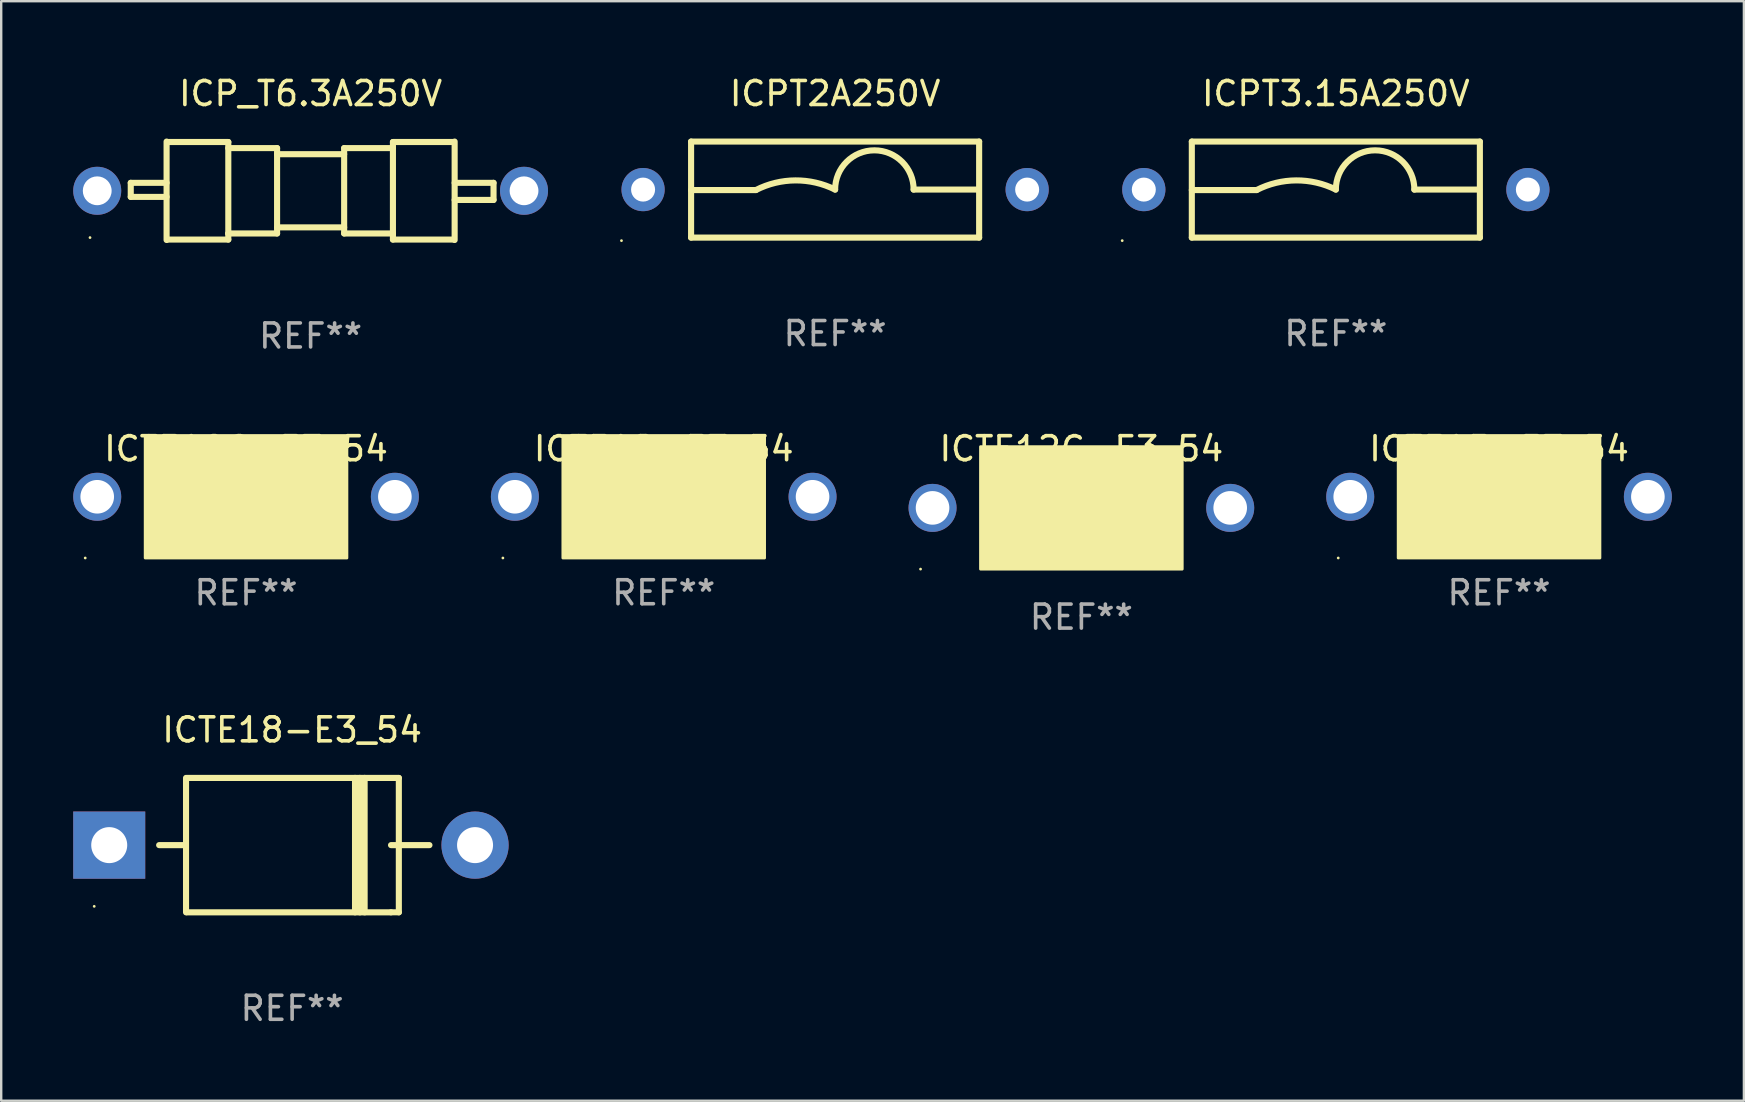
<source format=kicad_pcb>
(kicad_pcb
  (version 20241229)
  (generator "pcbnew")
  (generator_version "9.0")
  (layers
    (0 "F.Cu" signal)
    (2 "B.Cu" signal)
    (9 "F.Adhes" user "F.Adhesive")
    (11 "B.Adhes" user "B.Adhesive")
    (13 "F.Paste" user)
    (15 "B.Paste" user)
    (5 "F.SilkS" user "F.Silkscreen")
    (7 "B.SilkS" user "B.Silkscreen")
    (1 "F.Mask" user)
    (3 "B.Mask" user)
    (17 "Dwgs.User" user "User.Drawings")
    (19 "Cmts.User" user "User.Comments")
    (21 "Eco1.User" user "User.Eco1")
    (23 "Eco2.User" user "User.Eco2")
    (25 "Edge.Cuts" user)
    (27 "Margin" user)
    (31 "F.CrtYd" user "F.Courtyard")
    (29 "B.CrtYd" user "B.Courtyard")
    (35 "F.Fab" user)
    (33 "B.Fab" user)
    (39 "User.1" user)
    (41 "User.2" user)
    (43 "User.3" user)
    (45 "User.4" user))
  (footprint "ICTE10C-E3_54"
    (layer "F.Cu")
    (at 7.2 17.645)
    (property "Reference" "ICTE10C-E3_54" (at 0 -2 0) (layer "F.SilkS") (effects (font (size 1 1) (thickness 0.15))))
    (attr through_hole)
    (fp_circle (center -6.7 2.55) (end -6.67 2.55) (stroke (width 0.06) (type solid)) (fill no) (layer "F.SilkS"))
    (fp_poly (pts (xy -4.2 -2.55) (xy 4.2 -2.55) (xy 4.2 2.55) (xy -4.2 2.55)) (stroke (width 0.12) (type solid)) (fill yes) (layer "F.SilkS"))
    (fp_text user "REF**" (at 0 4 0) (layer "F.Fab") (effects (font (size 1 1) (thickness 0.15))))
    (pad "1" thru_hole circle (at -6.2 0) (size 2 2) (drill 1.4) (layers "*.Cu" "*.Mask"))
    (pad "2" thru_hole circle (at 6.2 0) (size 2 2) (drill 1.4) (layers "*.Cu" "*.Mask")))
  (footprint "ICTE15-E3_54"
    (layer "F.Cu")
    (at 59.399 17.645)
    (property "Reference" "ICTE15-E3_54" (at 0 -2 0) (layer "F.SilkS") (effects (font (size 1 1) (thickness 0.15))))
    (attr through_hole)
    (fp_circle (center -6.7 2.55) (end -6.67 2.55) (stroke (width 0.06) (type solid)) (fill no) (layer "F.SilkS"))
    (fp_poly (pts (xy -4.2 -2.55) (xy 4.2 -2.55) (xy 4.2 2.55) (xy -4.2 2.55)) (stroke (width 0.12) (type solid)) (fill yes) (layer "F.SilkS"))
    (fp_text user "REF**" (at 0 4 0) (layer "F.Fab") (effects (font (size 1 1) (thickness 0.15))))
    (pad "1" thru_hole circle (at -6.2 0) (size 2 2) (drill 1.4) (layers "*.Cu" "*.Mask"))
    (pad "2" thru_hole circle (at 6.2 0) (size 2 2) (drill 1.4) (layers "*.Cu" "*.Mask")))
  (footprint "ICP_T6.3A250V"
    (layer "F.Cu")
    (at 9.89 4.898)
    (property "Reference" "ICP_T6.3A250V" (at 0 -4.05 0) (layer "F.SilkS") (effects (font (size 1 1) (thickness 0.15))))
    (attr through_hole)
    (fp_line (start -7.493 -0.331) (end -7.493 0.254) (stroke (width 0.254) (type solid)) (layer "F.SilkS"))
    (fp_line (start -7.493 0.254) (end -6 0.254) (stroke (width 0.254) (type solid)) (layer "F.SilkS"))
    (fp_line (start -6 -0.331) (end -7.493 -0.331) (stroke (width 0.254) (type solid)) (layer "F.SilkS"))
    (fp_line (start -6 2.05) (end -6 -2.05) (stroke (width 0.254) (type solid)) (layer "F.SilkS"))
    (fp_line (start -5.969 -2.032) (end -3.429 -2.032) (stroke (width 0.254) (type solid)) (layer "F.SilkS"))
    (fp_line (start -3.429 -2.032) (end -3.429 2.032) (stroke (width 0.254) (type solid)) (layer "F.SilkS"))
    (fp_line (start -3.429 -1.778) (end -1.397 -1.778) (stroke (width 0.254) (type solid)) (layer "F.SilkS"))
    (fp_line (start -3.429 1.778) (end -3.429 1.778) (stroke (width 0.254) (type solid)) (layer "F.SilkS"))
    (fp_line (start -3.429 2.032) (end -5.969 2.032) (stroke (width 0.254) (type solid)) (layer "F.SilkS"))
    (fp_line (start -1.397 -1.778) (end -1.397 1.778) (stroke (width 0.254) (type solid)) (layer "F.SilkS"))
    (fp_line (start -1.397 -1.524) (end 1.397 -1.524) (stroke (width 0.254) (type solid)) (layer "F.SilkS"))
    (fp_line (start -1.397 1.524) (end 1.397 1.524) (stroke (width 0.254) (type solid)) (layer "F.SilkS"))
    (fp_line (start -1.397 1.778) (end -3.429 1.778) (stroke (width 0.254) (type solid)) (layer "F.SilkS"))
    (fp_line (start 1.397 -1.778) (end 1.397 1.778) (stroke (width 0.254) (type solid)) (layer "F.SilkS"))
    (fp_line (start 1.397 1.778) (end 3.429 1.778) (stroke (width 0.254) (type solid)) (layer "F.SilkS"))
    (fp_line (start 3.429 -2.032) (end 3.429 2.032) (stroke (width 0.254) (type solid)) (layer "F.SilkS"))
    (fp_line (start 3.429 -1.778) (end 1.397 -1.778) (stroke (width 0.254) (type solid)) (layer "F.SilkS"))
    (fp_line (start 3.429 1.778) (end 3.429 1.778) (stroke (width 0.254) (type solid)) (layer "F.SilkS"))
    (fp_line (start 3.429 2.032) (end 5.969 2.032) (stroke (width 0.254) (type solid)) (layer "F.SilkS"))
    (fp_line (start 5.969 -2.032) (end 3.429 -2.032) (stroke (width 0.254) (type solid)) (layer "F.SilkS"))
    (fp_line (start 6 -2.05) (end 6 2.05) (stroke (width 0.254) (type solid)) (layer "F.SilkS"))
    (fp_line (start 6 -0.331) (end 7.62 -0.331) (stroke (width 0.254) (type solid)) (layer "F.SilkS"))
    (fp_line (start 7.62 -0.331) (end 7.62 0.381) (stroke (width 0.254) (type solid)) (layer "F.SilkS"))
    (fp_line (start 7.62 0.381) (end 6 0.381) (stroke (width 0.254) (type solid)) (layer "F.SilkS"))
    (fp_circle (center -9.19 1.95) (end -9.16 1.95) (stroke (width 0.06) (type solid)) (fill no) (layer "F.SilkS"))
    (fp_text user "REF**" (at 0 6.05 0) (layer "F.Fab") (effects (font (size 1 1) (thickness 0.15))))
    (pad "1" thru_hole circle (at -8.89 0) (size 2 2) (drill 1.2) (layers "*.Cu" "*.Mask"))
    (pad "2" thru_hole circle (at 8.89 0) (size 2 2) (drill 1.2) (layers "*.Cu" "*.Mask")))
  (footprint "ICPT2A250V"
    (layer "F.Cu")
    (at 31.74 4.848)
    (property "Reference" "ICPT2A250V" (at 0 -4 0) (layer "F.SilkS") (effects (font (size 1 1) (thickness 0.15))))
    (attr through_hole)
    (fp_line (start -6 -2) (end 6 -2) (stroke (width 0.254) (type solid)) (layer "F.SilkS"))
    (fp_line (start -6 0.02) (end -3.302 0.02) (stroke (width 0.254) (type solid)) (layer "F.SilkS"))
    (fp_line (start -6 2) (end -6 -2) (stroke (width 0.254) (type solid)) (layer "F.SilkS"))
    (fp_line (start 5.969 0) (end 3.271 0) (stroke (width 0.254) (type solid)) (layer "F.SilkS"))
    (fp_line (start 6 -2) (end 6 2) (stroke (width 0.254) (type solid)) (layer "F.SilkS"))
    (fp_line (start 6 2) (end -6 2) (stroke (width 0.254) (type solid)) (layer "F.SilkS"))
    (fp_arc (start -3.302007 0.020218) (mid -1.653409 -0.382715) (end 0 0) (stroke (width 0.254001) (type solid)) (layer "F.SilkS"))
    (fp_arc (start 0.000001 0) (mid 1.635497 -1.634823) (end 3.270993 0) (stroke (width 0.254001) (type solid)) (layer "F.SilkS"))
    (fp_circle (center -8.9 2.127) (end -8.87 2.127) (stroke (width 0.06) (type solid)) (fill no) (layer "F.SilkS"))
    (fp_text user "REF**" (at 0 6 0) (layer "F.Fab") (effects (font (size 1 1) (thickness 0.15))))
    (pad "1" thru_hole circle (at -8 0) (size 1.8 1.8) (drill 1) (layers "*.Cu" "*.Mask"))
    (pad "2" thru_hole circle (at 8 0) (size 1.8 1.8) (drill 1) (layers "*.Cu" "*.Mask")))
  (footprint "ICTE18-E3_54"
    (layer "F.Cu")
    (at 9.12 32.157)
    (property "Reference" "ICTE18-E3_54" (at 0 -4.8 0) (layer "F.SilkS") (effects (font (size 1 1) (thickness 0.15))))
    (attr through_hole)
    (fp_line (start -5.54 0) (end -4.44 0) (stroke (width 0.254) (type solid)) (layer "F.SilkS"))
    (fp_line (start -4.42 2.8) (end -4.42 -2.8) (stroke (width 0.254) (type solid)) (layer "F.SilkS"))
    (fp_line (start -4.379 -2.799) (end 4.445 -2.799) (stroke (width 0.254) (type solid)) (layer "F.SilkS"))
    (fp_line (start 2.62 -2.8) (end 2.62 2.8) (stroke (width 0.254) (type solid)) (layer "F.SilkS"))
    (fp_line (start 2.82 -2.8) (end 2.82 2.8) (stroke (width 0.254) (type solid)) (layer "F.SilkS"))
    (fp_line (start 3.02 -2.8) (end 3.02 2.8) (stroke (width 0.254) (type solid)) (layer "F.SilkS"))
    (fp_line (start 4.12 0) (end 5.72 0) (stroke (width 0.254) (type solid)) (layer "F.SilkS"))
    (fp_line (start 4.12 2.8) (end -4.38 2.8) (stroke (width 0.254) (type solid)) (layer "F.SilkS"))
    (fp_line (start 4.445 -2.799) (end 4.445 2.799) (stroke (width 0.254) (type solid)) (layer "F.SilkS"))
    (fp_line (start 4.445 2.799) (end 4.12 2.799) (stroke (width 0.254) (type solid)) (layer "F.SilkS"))
    (fp_circle (center -8.245 2.55) (end -8.215 2.55) (stroke (width 0.06) (type solid)) (fill no) (layer "F.SilkS"))
    (fp_text user "REF**" (at 0 6.8 0) (layer "F.Fab") (effects (font (size 1 1) (thickness 0.15))))
    (pad "1" thru_hole rect (at -7.62 0 180) (size 3 2.8) (drill 1.5) (layers "*.Cu" "*.Mask"))
    (pad "2" thru_hole circle (at 7.62 0) (size 2.8 2.8) (drill 1.5) (layers "*.Cu" "*.Mask")))
  (footprint "ICTE12-E3_54"
    (layer "F.Cu")
    (at 24.6 17.645)
    (property "Reference" "ICTE12-E3_54" (at 0 -2 0) (layer "F.SilkS") (effects (font (size 1 1) (thickness 0.15))))
    (attr through_hole)
    (fp_circle (center -6.7 2.55) (end -6.67 2.55) (stroke (width 0.06) (type solid)) (fill no) (layer "F.SilkS"))
    (fp_poly (pts (xy -4.2 -2.55) (xy 4.2 -2.55) (xy 4.2 2.55) (xy -4.2 2.55)) (stroke (width 0.12) (type solid)) (fill yes) (layer "F.SilkS"))
    (fp_text user "REF**" (at 0 4 0) (layer "F.Fab") (effects (font (size 1 1) (thickness 0.15))))
    (pad "1" thru_hole circle (at -6.2 0) (size 2 2) (drill 1.4) (layers "*.Cu" "*.Mask"))
    (pad "2" thru_hole circle (at 6.2 0) (size 2 2) (drill 1.4) (layers "*.Cu" "*.Mask")))
  (footprint "ICPT3.15A250V"
    (layer "F.Cu")
    (at 52.6 4.848)
    (property "Reference" "ICPT3.15A250V" (at 0 -4 0) (layer "F.SilkS") (effects (font (size 1 1) (thickness 0.15))))
    (attr through_hole)
    (fp_line (start -6 -2) (end 6 -2) (stroke (width 0.254) (type solid)) (layer "F.SilkS"))
    (fp_line (start -6 0.02) (end -3.302 0.02) (stroke (width 0.254) (type solid)) (layer "F.SilkS"))
    (fp_line (start -6 2) (end -6 -2) (stroke (width 0.254) (type solid)) (layer "F.SilkS"))
    (fp_line (start 5.969 0) (end 3.271 0) (stroke (width 0.254) (type solid)) (layer "F.SilkS"))
    (fp_line (start 6 -2) (end 6 2) (stroke (width 0.254) (type solid)) (layer "F.SilkS"))
    (fp_line (start 6 2) (end -6 2) (stroke (width 0.254) (type solid)) (layer "F.SilkS"))
    (fp_arc (start -3.302007 0.020218) (mid -1.653409 -0.382715) (end 0 0) (stroke (width 0.254001) (type solid)) (layer "F.SilkS"))
    (fp_arc (start 0.000001 0) (mid 1.635497 -1.634823) (end 3.270993 0) (stroke (width 0.254001) (type solid)) (layer "F.SilkS"))
    (fp_circle (center -8.9 2.127) (end -8.87 2.127) (stroke (width 0.06) (type solid)) (fill no) (layer "F.SilkS"))
    (fp_text user "REF**" (at 0 6 0) (layer "F.Fab") (effects (font (size 1 1) (thickness 0.15))))
    (pad "1" thru_hole circle (at -8 0) (size 1.8 1.8) (drill 1) (layers "*.Cu" "*.Mask"))
    (pad "2" thru_hole circle (at 8 0) (size 1.8 1.8) (drill 1) (layers "*.Cu" "*.Mask")))
  (footprint "ICTE12C-E3_54"
    (layer "F.Cu")
    (at 41.999 18.153)
    (property "Reference" "ICTE12C-E3_54" (at 0 -2.508 0) (layer "F.SilkS") (effects (font (size 1 1) (thickness 0.15))))
    (attr through_hole)
    (fp_line (start -1.498 0) (end 0.534 0) (stroke (width 0.254) (type solid)) (layer "F.SilkS"))
    (fp_line (start -0.99 -0.508) (end -0.99 0.508) (stroke (width 0.254) (type solid)) (layer "F.SilkS"))
    (fp_line (start -0.99 0.508) (end 0.026 0) (stroke (width 0.254) (type solid)) (layer "F.SilkS"))
    (fp_line (start 0.026 -0.508) (end 0.026 0.508) (stroke (width 0.254) (type solid)) (layer "F.SilkS"))
    (fp_line (start 0.026 0) (end -0.99 -0.508) (stroke (width 0.254) (type solid)) (layer "F.SilkS"))
    (fp_line (start 0.026 0) (end 0.026 -0.508) (stroke (width 0.254) (type solid)) (layer "F.SilkS"))
    (fp_line (start 0.038 0) (end 0.038 0.508) (stroke (width 0.254) (type solid)) (layer "F.SilkS"))
    (fp_line (start 0.038 0) (end 1.054 0.508) (stroke (width 0.254) (type solid)) (layer "F.SilkS"))
    (fp_line (start 0.038 0.508) (end 0.038 -0.508) (stroke (width 0.254) (type solid)) (layer "F.SilkS"))
    (fp_line (start 1.054 -0.508) (end 0.038 0) (stroke (width 0.254) (type solid)) (layer "F.SilkS"))
    (fp_line (start 1.054 0.508) (end 1.054 -0.508) (stroke (width 0.254) (type solid)) (layer "F.SilkS"))
    (fp_line (start 1.562 0) (end -0.47 0) (stroke (width 0.254) (type solid)) (layer "F.SilkS"))
    (fp_circle (center -6.7 2.505) (end -6.67 2.505) (stroke (width 0.06) (type solid)) (fill no) (layer "F.SilkS"))
    (fp_poly (pts (xy -4.2 -2.595) (xy 4.2 -2.595) (xy 4.2 2.505) (xy -4.2 2.505)) (stroke (width 0.12) (type solid)) (fill yes) (layer "F.SilkS"))
    (fp_text user "REF**" (at 0 4.508 0) (layer "F.Fab") (effects (font (size 1 1) (thickness 0.15))))
    (pad "1" thru_hole circle (at -6.2 -0.045) (size 2 2) (drill 1.4) (layers "*.Cu" "*.Mask"))
    (pad "2" thru_hole circle (at 6.2 -0.045) (size 2 2) (drill 1.4) (layers "*.Cu" "*.Mask")))
  (gr_rect
    (start -3 -3)
    (end 69.599 42.806)
    (stroke (width 0.1) (type default))
    (fill no)
    (layer "Edge.Cuts")))
</source>
